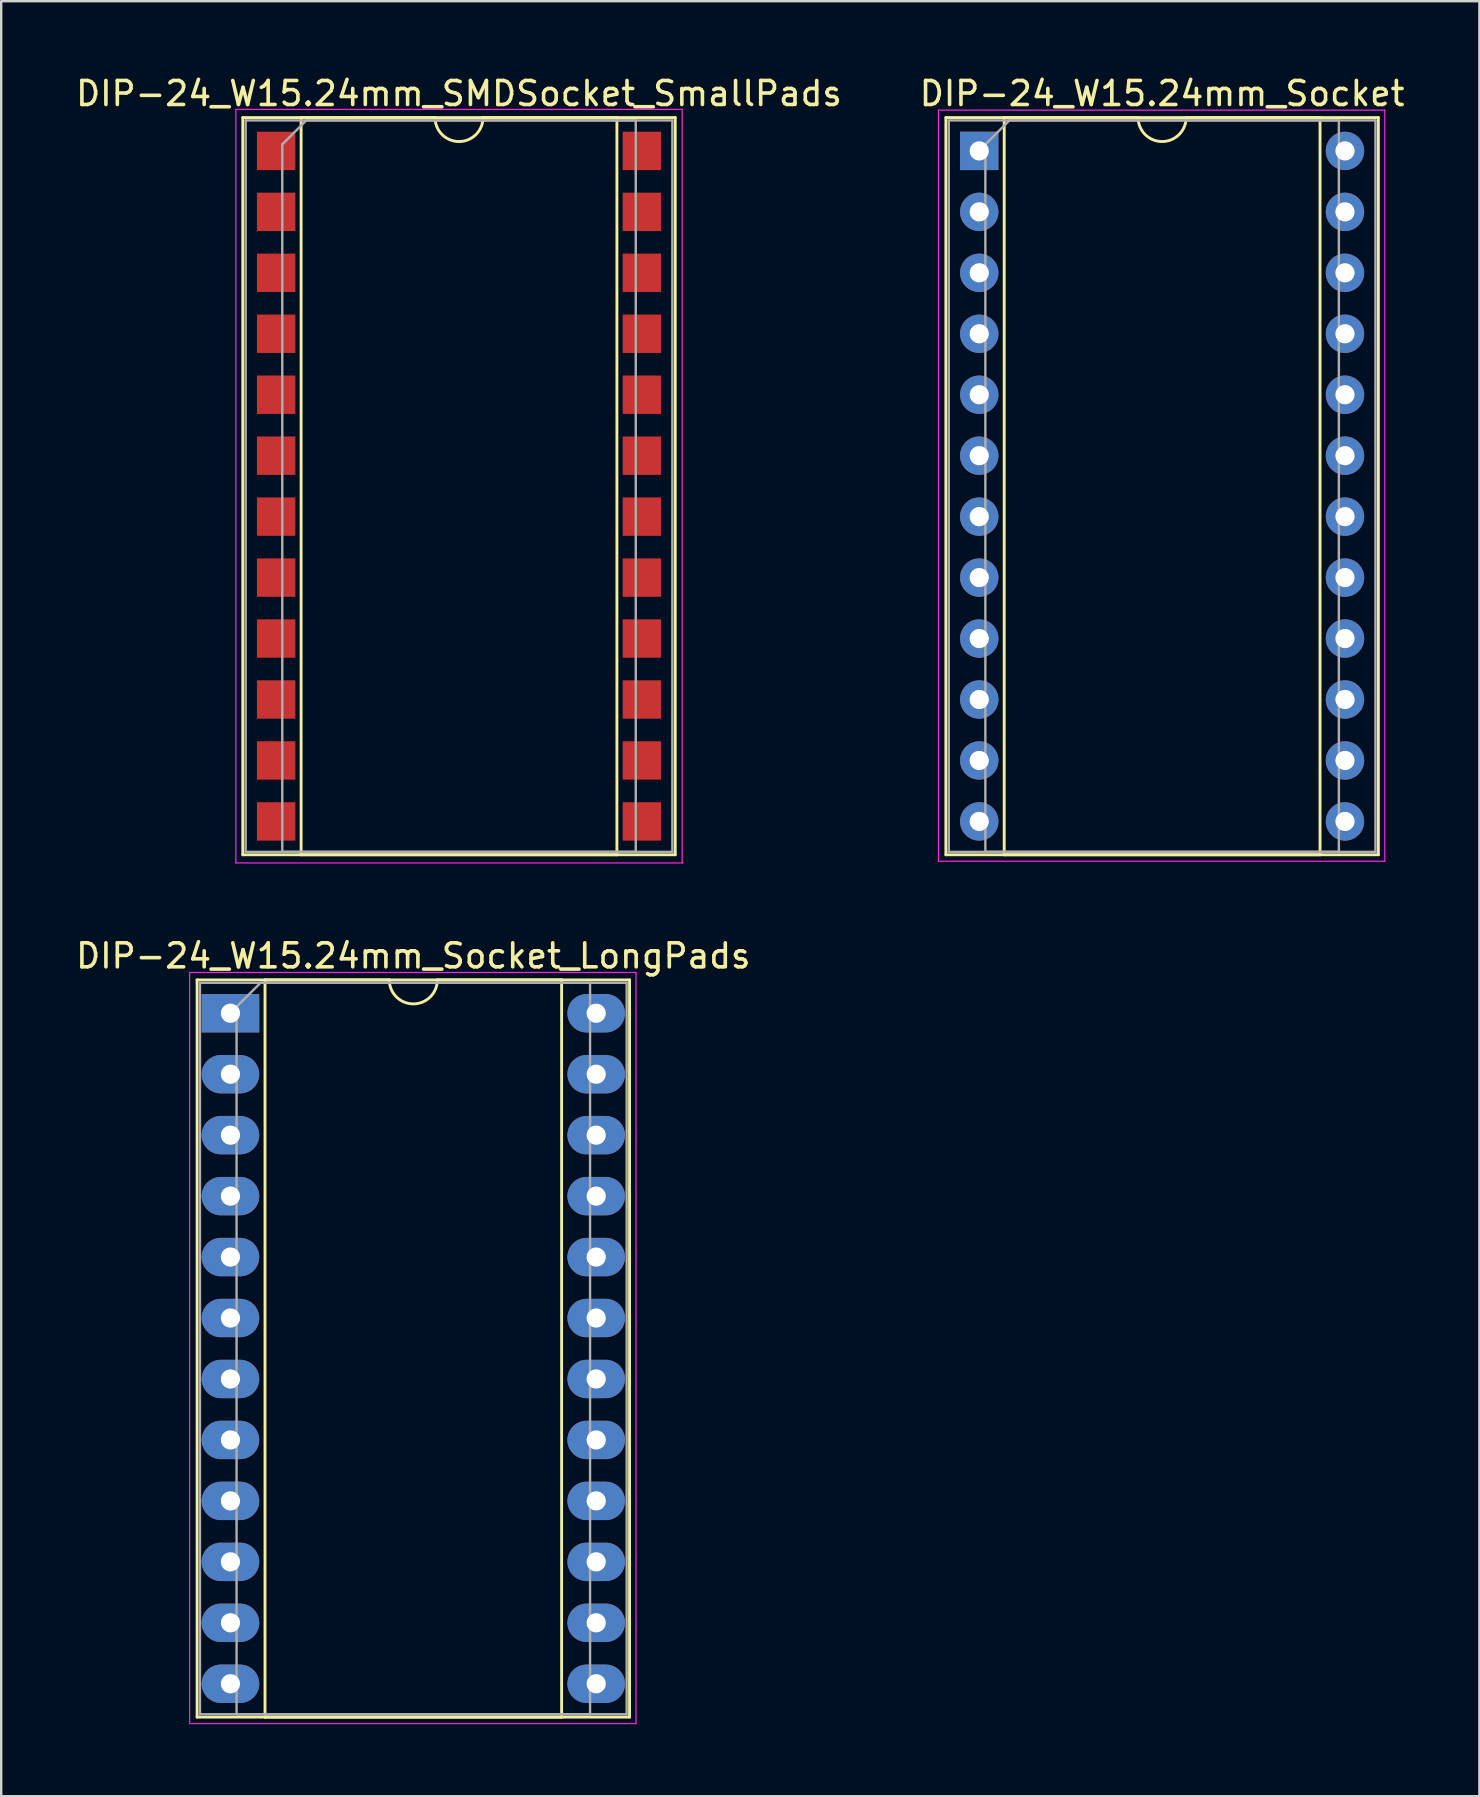
<source format=kicad_pcb>
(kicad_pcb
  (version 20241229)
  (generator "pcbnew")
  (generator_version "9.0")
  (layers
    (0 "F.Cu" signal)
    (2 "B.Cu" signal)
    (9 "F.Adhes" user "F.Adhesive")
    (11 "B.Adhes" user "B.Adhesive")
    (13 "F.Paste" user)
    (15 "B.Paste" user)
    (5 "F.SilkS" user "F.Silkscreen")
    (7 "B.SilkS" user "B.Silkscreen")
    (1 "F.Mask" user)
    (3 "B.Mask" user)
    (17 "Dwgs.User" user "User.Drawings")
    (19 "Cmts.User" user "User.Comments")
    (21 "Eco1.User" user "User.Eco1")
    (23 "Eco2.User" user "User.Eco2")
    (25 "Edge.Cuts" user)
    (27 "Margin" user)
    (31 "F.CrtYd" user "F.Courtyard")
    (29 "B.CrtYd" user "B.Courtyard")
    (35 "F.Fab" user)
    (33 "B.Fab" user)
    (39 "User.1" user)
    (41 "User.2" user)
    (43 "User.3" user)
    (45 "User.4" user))
  (footprint "DIP-24_W15.24mm_Socket"
    (layer "F.Cu")
    (at 37.755 3.238)
    (property "Reference" "DIP-24_W15.24mm_Socket" (at 7.62 -2.39 0) (layer "F.SilkS") (effects (font (size 1 1) (thickness 0.15))))
    (attr through_hole)
    (fp_line (start -1.39 -1.39) (end -1.39 29.33) (stroke (width 0.12) (type solid)) (layer "F.SilkS"))
    (fp_line (start -1.39 29.33) (end 16.63 29.33) (stroke (width 0.12) (type solid)) (layer "F.SilkS"))
    (fp_line (start 1.04 -1.39) (end 1.04 29.33) (stroke (width 0.12) (type solid)) (layer "F.SilkS"))
    (fp_line (start 1.04 29.33) (end 14.2 29.33) (stroke (width 0.12) (type solid)) (layer "F.SilkS"))
    (fp_line (start 6.62 -1.39) (end 1.04 -1.39) (stroke (width 0.12) (type solid)) (layer "F.SilkS"))
    (fp_line (start 14.2 -1.39) (end 8.62 -1.39) (stroke (width 0.12) (type solid)) (layer "F.SilkS"))
    (fp_line (start 14.2 29.33) (end 14.2 -1.39) (stroke (width 0.12) (type solid)) (layer "F.SilkS"))
    (fp_line (start 16.63 -1.39) (end -1.39 -1.39) (stroke (width 0.12) (type solid)) (layer "F.SilkS"))
    (fp_line (start 16.63 29.33) (end 16.63 -1.39) (stroke (width 0.12) (type solid)) (layer "F.SilkS"))
    (fp_arc (start 8.62 -1.39) (mid 7.62 -0.39) (end 6.62 -1.39) (stroke (width 0.12) (type solid)) (layer "F.SilkS"))
    (fp_line (start -1.7 -1.7) (end -1.7 29.6) (stroke (width 0.05) (type solid)) (layer "F.CrtYd"))
    (fp_line (start -1.7 29.6) (end 16.9 29.6) (stroke (width 0.05) (type solid)) (layer "F.CrtYd"))
    (fp_line (start 16.9 -1.7) (end -1.7 -1.7) (stroke (width 0.05) (type solid)) (layer "F.CrtYd"))
    (fp_line (start 16.9 29.6) (end 16.9 -1.7) (stroke (width 0.05) (type solid)) (layer "F.CrtYd"))
    (fp_line (start -1.27 -1.27) (end -1.27 29.21) (stroke (width 0.1) (type solid)) (layer "F.Fab"))
    (fp_line (start -1.27 29.21) (end 16.51 29.21) (stroke (width 0.1) (type solid)) (layer "F.Fab"))
    (fp_line (start 0.255 -0.27) (end 1.255 -1.27) (stroke (width 0.1) (type solid)) (layer "F.Fab"))
    (fp_line (start 0.255 29.21) (end 0.255 -0.27) (stroke (width 0.1) (type solid)) (layer "F.Fab"))
    (fp_line (start 1.255 -1.27) (end 14.985 -1.27) (stroke (width 0.1) (type solid)) (layer "F.Fab"))
    (fp_line (start 14.985 -1.27) (end 14.985 29.21) (stroke (width 0.1) (type solid)) (layer "F.Fab"))
    (fp_line (start 14.985 29.21) (end 0.255 29.21) (stroke (width 0.1) (type solid)) (layer "F.Fab"))
    (fp_line (start 16.51 -1.27) (end -1.27 -1.27) (stroke (width 0.1) (type solid)) (layer "F.Fab"))
    (fp_line (start 16.51 29.21) (end 16.51 -1.27) (stroke (width 0.1) (type solid)) (layer "F.Fab"))
    (pad "1" thru_hole rect (at 0 0) (size 1.6 1.6) (drill 0.8) (layers "*.Cu" "*.Mask"))
    (pad "2" thru_hole oval (at 0 2.54) (size 1.6 1.6) (drill 0.8) (layers "*.Cu" "*.Mask"))
    (pad "3" thru_hole oval (at 0 5.08) (size 1.6 1.6) (drill 0.8) (layers "*.Cu" "*.Mask"))
    (pad "4" thru_hole oval (at 0 7.62) (size 1.6 1.6) (drill 0.8) (layers "*.Cu" "*.Mask"))
    (pad "5" thru_hole oval (at 0 10.16) (size 1.6 1.6) (drill 0.8) (layers "*.Cu" "*.Mask"))
    (pad "6" thru_hole oval (at 0 12.7) (size 1.6 1.6) (drill 0.8) (layers "*.Cu" "*.Mask"))
    (pad "7" thru_hole oval (at 0 15.24) (size 1.6 1.6) (drill 0.8) (layers "*.Cu" "*.Mask"))
    (pad "8" thru_hole oval (at 0 17.78) (size 1.6 1.6) (drill 0.8) (layers "*.Cu" "*.Mask"))
    (pad "9" thru_hole oval (at 0 20.32) (size 1.6 1.6) (drill 0.8) (layers "*.Cu" "*.Mask"))
    (pad "10" thru_hole oval (at 0 22.86) (size 1.6 1.6) (drill 0.8) (layers "*.Cu" "*.Mask"))
    (pad "11" thru_hole oval (at 0 25.4) (size 1.6 1.6) (drill 0.8) (layers "*.Cu" "*.Mask"))
    (pad "12" thru_hole oval (at 0 27.94) (size 1.6 1.6) (drill 0.8) (layers "*.Cu" "*.Mask"))
    (pad "13" thru_hole oval (at 15.24 27.94) (size 1.6 1.6) (drill 0.8) (layers "*.Cu" "*.Mask"))
    (pad "14" thru_hole oval (at 15.24 25.4) (size 1.6 1.6) (drill 0.8) (layers "*.Cu" "*.Mask"))
    (pad "15" thru_hole oval (at 15.24 22.86) (size 1.6 1.6) (drill 0.8) (layers "*.Cu" "*.Mask"))
    (pad "16" thru_hole oval (at 15.24 20.32) (size 1.6 1.6) (drill 0.8) (layers "*.Cu" "*.Mask"))
    (pad "17" thru_hole oval (at 15.24 17.78) (size 1.6 1.6) (drill 0.8) (layers "*.Cu" "*.Mask"))
    (pad "18" thru_hole oval (at 15.24 15.24) (size 1.6 1.6) (drill 0.8) (layers "*.Cu" "*.Mask"))
    (pad "19" thru_hole oval (at 15.24 12.7) (size 1.6 1.6) (drill 0.8) (layers "*.Cu" "*.Mask"))
    (pad "20" thru_hole oval (at 15.24 10.16) (size 1.6 1.6) (drill 0.8) (layers "*.Cu" "*.Mask"))
    (pad "21" thru_hole oval (at 15.24 7.62) (size 1.6 1.6) (drill 0.8) (layers "*.Cu" "*.Mask"))
    (pad "22" thru_hole oval (at 15.24 5.08) (size 1.6 1.6) (drill 0.8) (layers "*.Cu" "*.Mask"))
    (pad "23" thru_hole oval (at 15.24 2.54) (size 1.6 1.6) (drill 0.8) (layers "*.Cu" "*.Mask"))
    (pad "24" thru_hole oval (at 15.24 0) (size 1.6 1.6) (drill 0.8) (layers "*.Cu" "*.Mask")))
  (footprint "DIP-24_W15.24mm_Socket_LongPads"
    (layer "F.Cu")
    (at 6.553 39.172)
    (property "Reference" "DIP-24_W15.24mm_Socket_LongPads" (at 7.62 -2.39 0) (layer "F.SilkS") (effects (font (size 1 1) (thickness 0.15))))
    (attr through_hole)
    (fp_line (start -1.39 -1.39) (end -1.39 29.33) (stroke (width 0.12) (type solid)) (layer "F.SilkS"))
    (fp_line (start -1.39 29.33) (end 16.63 29.33) (stroke (width 0.12) (type solid)) (layer "F.SilkS"))
    (fp_line (start 1.44 -1.39) (end 1.44 29.33) (stroke (width 0.12) (type solid)) (layer "F.SilkS"))
    (fp_line (start 1.44 29.33) (end 13.8 29.33) (stroke (width 0.12) (type solid)) (layer "F.SilkS"))
    (fp_line (start 6.62 -1.39) (end 1.44 -1.39) (stroke (width 0.12) (type solid)) (layer "F.SilkS"))
    (fp_line (start 13.8 -1.39) (end 8.62 -1.39) (stroke (width 0.12) (type solid)) (layer "F.SilkS"))
    (fp_line (start 13.8 29.33) (end 13.8 -1.39) (stroke (width 0.12) (type solid)) (layer "F.SilkS"))
    (fp_line (start 16.63 -1.39) (end -1.39 -1.39) (stroke (width 0.12) (type solid)) (layer "F.SilkS"))
    (fp_line (start 16.63 29.33) (end 16.63 -1.39) (stroke (width 0.12) (type solid)) (layer "F.SilkS"))
    (fp_arc (start 8.62 -1.39) (mid 7.62 -0.39) (end 6.62 -1.39) (stroke (width 0.12) (type solid)) (layer "F.SilkS"))
    (fp_line (start -1.7 -1.7) (end -1.7 29.6) (stroke (width 0.05) (type solid)) (layer "F.CrtYd"))
    (fp_line (start -1.7 29.6) (end 16.9 29.6) (stroke (width 0.05) (type solid)) (layer "F.CrtYd"))
    (fp_line (start 16.9 -1.7) (end -1.7 -1.7) (stroke (width 0.05) (type solid)) (layer "F.CrtYd"))
    (fp_line (start 16.9 29.6) (end 16.9 -1.7) (stroke (width 0.05) (type solid)) (layer "F.CrtYd"))
    (fp_line (start -1.27 -1.27) (end -1.27 29.21) (stroke (width 0.1) (type solid)) (layer "F.Fab"))
    (fp_line (start -1.27 29.21) (end 16.51 29.21) (stroke (width 0.1) (type solid)) (layer "F.Fab"))
    (fp_line (start 0.255 -0.27) (end 1.255 -1.27) (stroke (width 0.1) (type solid)) (layer "F.Fab"))
    (fp_line (start 0.255 29.21) (end 0.255 -0.27) (stroke (width 0.1) (type solid)) (layer "F.Fab"))
    (fp_line (start 1.255 -1.27) (end 14.985 -1.27) (stroke (width 0.1) (type solid)) (layer "F.Fab"))
    (fp_line (start 14.985 -1.27) (end 14.985 29.21) (stroke (width 0.1) (type solid)) (layer "F.Fab"))
    (fp_line (start 14.985 29.21) (end 0.255 29.21) (stroke (width 0.1) (type solid)) (layer "F.Fab"))
    (fp_line (start 16.51 -1.27) (end -1.27 -1.27) (stroke (width 0.1) (type solid)) (layer "F.Fab"))
    (fp_line (start 16.51 29.21) (end 16.51 -1.27) (stroke (width 0.1) (type solid)) (layer "F.Fab"))
    (pad "1" thru_hole rect (at 0 0) (size 2.4 1.6) (drill 0.8) (layers "*.Cu" "*.Mask"))
    (pad "2" thru_hole oval (at 0 2.54) (size 2.4 1.6) (drill 0.8) (layers "*.Cu" "*.Mask"))
    (pad "3" thru_hole oval (at 0 5.08) (size 2.4 1.6) (drill 0.8) (layers "*.Cu" "*.Mask"))
    (pad "4" thru_hole oval (at 0 7.62) (size 2.4 1.6) (drill 0.8) (layers "*.Cu" "*.Mask"))
    (pad "5" thru_hole oval (at 0 10.16) (size 2.4 1.6) (drill 0.8) (layers "*.Cu" "*.Mask"))
    (pad "6" thru_hole oval (at 0 12.7) (size 2.4 1.6) (drill 0.8) (layers "*.Cu" "*.Mask"))
    (pad "7" thru_hole oval (at 0 15.24) (size 2.4 1.6) (drill 0.8) (layers "*.Cu" "*.Mask"))
    (pad "8" thru_hole oval (at 0 17.78) (size 2.4 1.6) (drill 0.8) (layers "*.Cu" "*.Mask"))
    (pad "9" thru_hole oval (at 0 20.32) (size 2.4 1.6) (drill 0.8) (layers "*.Cu" "*.Mask"))
    (pad "10" thru_hole oval (at 0 22.86) (size 2.4 1.6) (drill 0.8) (layers "*.Cu" "*.Mask"))
    (pad "11" thru_hole oval (at 0 25.4) (size 2.4 1.6) (drill 0.8) (layers "*.Cu" "*.Mask"))
    (pad "12" thru_hole oval (at 0 27.94) (size 2.4 1.6) (drill 0.8) (layers "*.Cu" "*.Mask"))
    (pad "13" thru_hole oval (at 15.24 27.94) (size 2.4 1.6) (drill 0.8) (layers "*.Cu" "*.Mask"))
    (pad "14" thru_hole oval (at 15.24 25.4) (size 2.4 1.6) (drill 0.8) (layers "*.Cu" "*.Mask"))
    (pad "15" thru_hole oval (at 15.24 22.86) (size 2.4 1.6) (drill 0.8) (layers "*.Cu" "*.Mask"))
    (pad "16" thru_hole oval (at 15.24 20.32) (size 2.4 1.6) (drill 0.8) (layers "*.Cu" "*.Mask"))
    (pad "17" thru_hole oval (at 15.24 17.78) (size 2.4 1.6) (drill 0.8) (layers "*.Cu" "*.Mask"))
    (pad "18" thru_hole oval (at 15.24 15.24) (size 2.4 1.6) (drill 0.8) (layers "*.Cu" "*.Mask"))
    (pad "19" thru_hole oval (at 15.24 12.7) (size 2.4 1.6) (drill 0.8) (layers "*.Cu" "*.Mask"))
    (pad "20" thru_hole oval (at 15.24 10.16) (size 2.4 1.6) (drill 0.8) (layers "*.Cu" "*.Mask"))
    (pad "21" thru_hole oval (at 15.24 7.62) (size 2.4 1.6) (drill 0.8) (layers "*.Cu" "*.Mask"))
    (pad "22" thru_hole oval (at 15.24 5.08) (size 2.4 1.6) (drill 0.8) (layers "*.Cu" "*.Mask"))
    (pad "23" thru_hole oval (at 15.24 2.54) (size 2.4 1.6) (drill 0.8) (layers "*.Cu" "*.Mask"))
    (pad "24" thru_hole oval (at 15.24 0) (size 2.4 1.6) (drill 0.8) (layers "*.Cu" "*.Mask")))
  (footprint "DIP-24_W15.24mm_SMDSocket_SmallPads"
    (layer "F.Cu")
    (at 16.077 17.208)
    (property "Reference" "DIP-24_W15.24mm_SMDSocket_SmallPads" (at 0 -16.36 0) (layer "F.SilkS") (effects (font (size 1 1) (thickness 0.15))))
    (attr smd)
    (fp_line (start -9.01 -15.36) (end -9.01 15.36) (stroke (width 0.12) (type solid)) (layer "F.SilkS"))
    (fp_line (start -9.01 15.36) (end 9.01 15.36) (stroke (width 0.12) (type solid)) (layer "F.SilkS"))
    (fp_line (start -6.58 -15.36) (end -6.58 15.36) (stroke (width 0.12) (type solid)) (layer "F.SilkS"))
    (fp_line (start -6.58 15.36) (end 6.58 15.36) (stroke (width 0.12) (type solid)) (layer "F.SilkS"))
    (fp_line (start -1 -15.36) (end -6.58 -15.36) (stroke (width 0.12) (type solid)) (layer "F.SilkS"))
    (fp_line (start 6.58 -15.36) (end 1 -15.36) (stroke (width 0.12) (type solid)) (layer "F.SilkS"))
    (fp_line (start 6.58 15.36) (end 6.58 -15.36) (stroke (width 0.12) (type solid)) (layer "F.SilkS"))
    (fp_line (start 9.01 -15.36) (end -9.01 -15.36) (stroke (width 0.12) (type solid)) (layer "F.SilkS"))
    (fp_line (start 9.01 15.36) (end 9.01 -15.36) (stroke (width 0.12) (type solid)) (layer "F.SilkS"))
    (fp_arc (start 1 -15.36) (mid 0 -14.36) (end -1 -15.36) (stroke (width 0.12) (type solid)) (layer "F.SilkS"))
    (fp_line (start -9.3 -15.7) (end -9.3 15.7) (stroke (width 0.05) (type solid)) (layer "F.CrtYd"))
    (fp_line (start -9.3 15.7) (end 9.3 15.7) (stroke (width 0.05) (type solid)) (layer "F.CrtYd"))
    (fp_line (start 9.3 -15.7) (end -9.3 -15.7) (stroke (width 0.05) (type solid)) (layer "F.CrtYd"))
    (fp_line (start 9.3 15.7) (end 9.3 -15.7) (stroke (width 0.05) (type solid)) (layer "F.CrtYd"))
    (fp_line (start -8.89 -15.24) (end -8.89 15.24) (stroke (width 0.1) (type solid)) (layer "F.Fab"))
    (fp_line (start -8.89 15.24) (end 8.89 15.24) (stroke (width 0.1) (type solid)) (layer "F.Fab"))
    (fp_line (start -7.365 -14.24) (end -6.365 -15.24) (stroke (width 0.1) (type solid)) (layer "F.Fab"))
    (fp_line (start -7.365 15.24) (end -7.365 -14.24) (stroke (width 0.1) (type solid)) (layer "F.Fab"))
    (fp_line (start -6.365 -15.24) (end 7.365 -15.24) (stroke (width 0.1) (type solid)) (layer "F.Fab"))
    (fp_line (start 7.365 -15.24) (end 7.365 15.24) (stroke (width 0.1) (type solid)) (layer "F.Fab"))
    (fp_line (start 7.365 15.24) (end -7.365 15.24) (stroke (width 0.1) (type solid)) (layer "F.Fab"))
    (fp_line (start 8.89 -15.24) (end -8.89 -15.24) (stroke (width 0.1) (type solid)) (layer "F.Fab"))
    (fp_line (start 8.89 15.24) (end 8.89 -15.24) (stroke (width 0.1) (type solid)) (layer "F.Fab"))
    (pad "1" smd rect (at -7.62 -13.97) (size 1.6 1.6) (layers "F.Cu" "F.Mask"))
    (pad "2" smd rect (at -7.62 -11.43) (size 1.6 1.6) (layers "F.Cu" "F.Mask"))
    (pad "3" smd rect (at -7.62 -8.89) (size 1.6 1.6) (layers "F.Cu" "F.Mask"))
    (pad "4" smd rect (at -7.62 -6.35) (size 1.6 1.6) (layers "F.Cu" "F.Mask"))
    (pad "5" smd rect (at -7.62 -3.81) (size 1.6 1.6) (layers "F.Cu" "F.Mask"))
    (pad "6" smd rect (at -7.62 -1.27) (size 1.6 1.6) (layers "F.Cu" "F.Mask"))
    (pad "7" smd rect (at -7.62 1.27) (size 1.6 1.6) (layers "F.Cu" "F.Mask"))
    (pad "8" smd rect (at -7.62 3.81) (size 1.6 1.6) (layers "F.Cu" "F.Mask"))
    (pad "9" smd rect (at -7.62 6.35) (size 1.6 1.6) (layers "F.Cu" "F.Mask"))
    (pad "10" smd rect (at -7.62 8.89) (size 1.6 1.6) (layers "F.Cu" "F.Mask"))
    (pad "11" smd rect (at -7.62 11.43) (size 1.6 1.6) (layers "F.Cu" "F.Mask"))
    (pad "12" smd rect (at -7.62 13.97) (size 1.6 1.6) (layers "F.Cu" "F.Mask"))
    (pad "13" smd rect (at 7.62 13.97) (size 1.6 1.6) (layers "F.Cu" "F.Mask"))
    (pad "14" smd rect (at 7.62 11.43) (size 1.6 1.6) (layers "F.Cu" "F.Mask"))
    (pad "15" smd rect (at 7.62 8.89) (size 1.6 1.6) (layers "F.Cu" "F.Mask"))
    (pad "16" smd rect (at 7.62 6.35) (size 1.6 1.6) (layers "F.Cu" "F.Mask"))
    (pad "17" smd rect (at 7.62 3.81) (size 1.6 1.6) (layers "F.Cu" "F.Mask"))
    (pad "18" smd rect (at 7.62 1.27) (size 1.6 1.6) (layers "F.Cu" "F.Mask"))
    (pad "19" smd rect (at 7.62 -1.27) (size 1.6 1.6) (layers "F.Cu" "F.Mask"))
    (pad "20" smd rect (at 7.62 -3.81) (size 1.6 1.6) (layers "F.Cu" "F.Mask"))
    (pad "21" smd rect (at 7.62 -6.35) (size 1.6 1.6) (layers "F.Cu" "F.Mask"))
    (pad "22" smd rect (at 7.62 -8.89) (size 1.6 1.6) (layers "F.Cu" "F.Mask"))
    (pad "23" smd rect (at 7.62 -11.43) (size 1.6 1.6) (layers "F.Cu" "F.Mask"))
    (pad "24" smd rect (at 7.62 -13.97) (size 1.6 1.6) (layers "F.Cu" "F.Mask")))
  (gr_rect
    (start -3 -3)
    (end 58.595 71.796)
    (stroke (width 0.1) (type default))
    (fill no)
    (layer "Edge.Cuts")))
</source>
